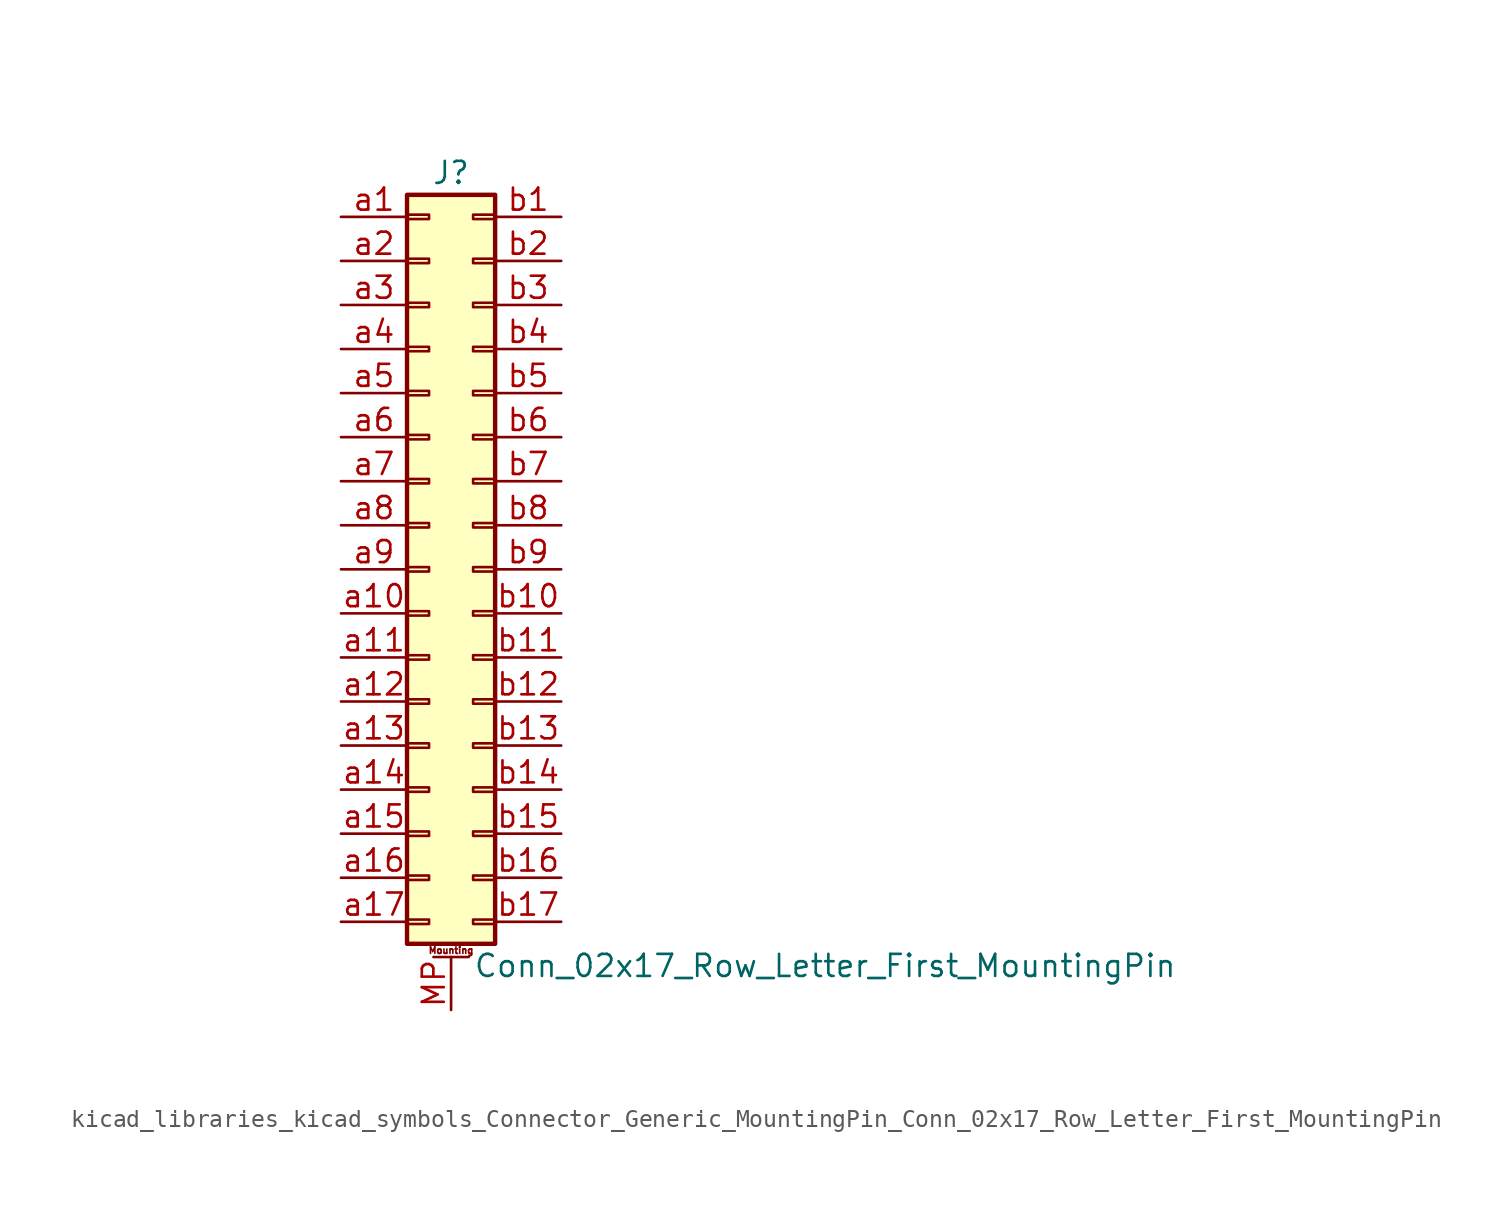
<source format=kicad_sym>
(kicad_symbol_lib
  (version 20220914)
  (generator kicad_symbol_editor)
  (symbol "kicad_libraries_kicad_symbols_Connector_Generic_MountingPin_Conn_02x17_Row_Letter_First_MountingPin"
    (pin_names
      (offset 1.016) hide)
    (property "Reference" "J"
      (at 1.27 22.86 0)
      (effects (font (size 1.27 1.27))))
    (property "Value" "Conn_02x17_Row_Letter_First_MountingPin"
      (at 2.54 -22.86 0)
      (effects (font (size 1.27 1.27)) (justify left)))
    (symbol "kicad_libraries_kicad_symbols_Connector_Generic_MountingPin_Conn_02x17_Row_Letter_First_MountingPin_1_1"
      (rectangle (start -1.27 -20.193) (end 0 -20.447) (stroke (width 0.152) (type default)) (fill (type none)))
      (rectangle (start -1.27 -17.653) (end 0 -17.907) (stroke (width 0.152) (type default)) (fill (type none)))
      (rectangle (start -1.27 -15.113) (end 0 -15.367) (stroke (width 0.152) (type default)) (fill (type none)))
      (rectangle (start -1.27 -12.573) (end 0 -12.827) (stroke (width 0.152) (type default)) (fill (type none)))
      (rectangle (start -1.27 -10.033) (end 0 -10.287) (stroke (width 0.152) (type default)) (fill (type none)))
      (rectangle (start -1.27 -7.493) (end 0 -7.747) (stroke (width 0.152) (type default)) (fill (type none)))
      (rectangle (start -1.27 -4.953) (end 0 -5.207) (stroke (width 0.152) (type default)) (fill (type none)))
      (rectangle (start -1.27 -2.413) (end 0 -2.667) (stroke (width 0.152) (type default)) (fill (type none)))
      (rectangle (start -1.27 0.127) (end 0 -0.127) (stroke (width 0.152) (type default)) (fill (type none)))
      (rectangle (start -1.27 2.667) (end 0 2.413) (stroke (width 0.152) (type default)) (fill (type none)))
      (rectangle (start -1.27 5.207) (end 0 4.953) (stroke (width 0.152) (type default)) (fill (type none)))
      (rectangle (start -1.27 7.747) (end 0 7.493) (stroke (width 0.152) (type default)) (fill (type none)))
      (rectangle (start -1.27 10.287) (end 0 10.033) (stroke (width 0.152) (type default)) (fill (type none)))
      (rectangle (start -1.27 12.827) (end 0 12.573) (stroke (width 0.152) (type default)) (fill (type none)))
      (rectangle (start -1.27 15.367) (end 0 15.113) (stroke (width 0.152) (type default)) (fill (type none)))
      (rectangle (start -1.27 17.907) (end 0 17.653) (stroke (width 0.152) (type default)) (fill (type none)))
      (rectangle (start -1.27 20.447) (end 0 20.193) (stroke (width 0.152) (type default)) (fill (type none)))
      (rectangle (start -1.27 21.59) (end 3.81 -21.59) (stroke (width 0.254) (type default)) (fill (type background)))
      (polyline (pts (xy 0.254 -22.352) (xy 2.286 -22.352)) (stroke (width 0.152) (type default)) (fill (type none)))
      (rectangle (start 3.81 -20.193) (end 2.54 -20.447) (stroke (width 0.152) (type default)) (fill (type none)))
      (rectangle (start 3.81 -17.653) (end 2.54 -17.907) (stroke (width 0.152) (type default)) (fill (type none)))
      (rectangle (start 3.81 -15.113) (end 2.54 -15.367) (stroke (width 0.152) (type default)) (fill (type none)))
      (rectangle (start 3.81 -12.573) (end 2.54 -12.827) (stroke (width 0.152) (type default)) (fill (type none)))
      (rectangle (start 3.81 -10.033) (end 2.54 -10.287) (stroke (width 0.152) (type default)) (fill (type none)))
      (rectangle (start 3.81 -7.493) (end 2.54 -7.747) (stroke (width 0.152) (type default)) (fill (type none)))
      (rectangle (start 3.81 -4.953) (end 2.54 -5.207) (stroke (width 0.152) (type default)) (fill (type none)))
      (rectangle (start 3.81 -2.413) (end 2.54 -2.667) (stroke (width 0.152) (type default)) (fill (type none)))
      (rectangle (start 3.81 0.127) (end 2.54 -0.127) (stroke (width 0.152) (type default)) (fill (type none)))
      (rectangle (start 3.81 2.667) (end 2.54 2.413) (stroke (width 0.152) (type default)) (fill (type none)))
      (rectangle (start 3.81 5.207) (end 2.54 4.953) (stroke (width 0.152) (type default)) (fill (type none)))
      (rectangle (start 3.81 7.747) (end 2.54 7.493) (stroke (width 0.152) (type default)) (fill (type none)))
      (rectangle (start 3.81 10.287) (end 2.54 10.033) (stroke (width 0.152) (type default)) (fill (type none)))
      (rectangle (start 3.81 12.827) (end 2.54 12.573) (stroke (width 0.152) (type default)) (fill (type none)))
      (rectangle (start 3.81 15.367) (end 2.54 15.113) (stroke (width 0.152) (type default)) (fill (type none)))
      (rectangle (start 3.81 17.907) (end 2.54 17.653) (stroke (width 0.152) (type default)) (fill (type none)))
      (rectangle (start 3.81 20.447) (end 2.54 20.193) (stroke (width 0.152) (type default)) (fill (type none)))
      (text "Mounting" (at 1.27 -21.971 0) (effects (font (size 0.381 0.381))))
      (pin passive line (at 1.27 -25.4 90) (length 3.048) (name "MountPin" (effects (font (size 1.27 1.27)))) (number "MP" (effects (font (size 1.27 1.27)))))
      (pin passive line (at -5.08 20.32 0) (length 3.81) (name "Pin_a1" (effects (font (size 1.27 1.27)))) (number "a1" (effects (font (size 1.27 1.27)))))
      (pin passive line (at -5.08 -2.54 0) (length 3.81) (name "Pin_a10" (effects (font (size 1.27 1.27)))) (number "a10" (effects (font (size 1.27 1.27)))))
      (pin passive line (at -5.08 -5.08 0) (length 3.81) (name "Pin_a11" (effects (font (size 1.27 1.27)))) (number "a11" (effects (font (size 1.27 1.27)))))
      (pin passive line (at -5.08 -7.62 0) (length 3.81) (name "Pin_a12" (effects (font (size 1.27 1.27)))) (number "a12" (effects (font (size 1.27 1.27)))))
      (pin passive line (at -5.08 -10.16 0) (length 3.81) (name "Pin_a13" (effects (font (size 1.27 1.27)))) (number "a13" (effects (font (size 1.27 1.27)))))
      (pin passive line (at -5.08 -12.7 0) (length 3.81) (name "Pin_a14" (effects (font (size 1.27 1.27)))) (number "a14" (effects (font (size 1.27 1.27)))))
      (pin passive line (at -5.08 -15.24 0) (length 3.81) (name "Pin_a15" (effects (font (size 1.27 1.27)))) (number "a15" (effects (font (size 1.27 1.27)))))
      (pin passive line (at -5.08 -17.78 0) (length 3.81) (name "Pin_a16" (effects (font (size 1.27 1.27)))) (number "a16" (effects (font (size 1.27 1.27)))))
      (pin passive line (at -5.08 -20.32 0) (length 3.81) (name "Pin_a17" (effects (font (size 1.27 1.27)))) (number "a17" (effects (font (size 1.27 1.27)))))
      (pin passive line (at -5.08 17.78 0) (length 3.81) (name "Pin_a2" (effects (font (size 1.27 1.27)))) (number "a2" (effects (font (size 1.27 1.27)))))
      (pin passive line (at -5.08 15.24 0) (length 3.81) (name "Pin_a3" (effects (font (size 1.27 1.27)))) (number "a3" (effects (font (size 1.27 1.27)))))
      (pin passive line (at -5.08 12.7 0) (length 3.81) (name "Pin_a4" (effects (font (size 1.27 1.27)))) (number "a4" (effects (font (size 1.27 1.27)))))
      (pin passive line (at -5.08 10.16 0) (length 3.81) (name "Pin_a5" (effects (font (size 1.27 1.27)))) (number "a5" (effects (font (size 1.27 1.27)))))
      (pin passive line (at -5.08 7.62 0) (length 3.81) (name "Pin_a6" (effects (font (size 1.27 1.27)))) (number "a6" (effects (font (size 1.27 1.27)))))
      (pin passive line (at -5.08 5.08 0) (length 3.81) (name "Pin_a7" (effects (font (size 1.27 1.27)))) (number "a7" (effects (font (size 1.27 1.27)))))
      (pin passive line (at -5.08 2.54 0) (length 3.81) (name "Pin_a8" (effects (font (size 1.27 1.27)))) (number "a8" (effects (font (size 1.27 1.27)))))
      (pin passive line (at -5.08 0 0) (length 3.81) (name "Pin_a9" (effects (font (size 1.27 1.27)))) (number "a9" (effects (font (size 1.27 1.27)))))
      (pin passive line (at 7.62 20.32 180) (length 3.81) (name "Pin_b1" (effects (font (size 1.27 1.27)))) (number "b1" (effects (font (size 1.27 1.27)))))
      (pin passive line (at 7.62 -2.54 180) (length 3.81) (name "Pin_b10" (effects (font (size 1.27 1.27)))) (number "b10" (effects (font (size 1.27 1.27)))))
      (pin passive line (at 7.62 -5.08 180) (length 3.81) (name "Pin_b11" (effects (font (size 1.27 1.27)))) (number "b11" (effects (font (size 1.27 1.27)))))
      (pin passive line (at 7.62 -7.62 180) (length 3.81) (name "Pin_b12" (effects (font (size 1.27 1.27)))) (number "b12" (effects (font (size 1.27 1.27)))))
      (pin passive line (at 7.62 -10.16 180) (length 3.81) (name "Pin_b13" (effects (font (size 1.27 1.27)))) (number "b13" (effects (font (size 1.27 1.27)))))
      (pin passive line (at 7.62 -12.7 180) (length 3.81) (name "Pin_b14" (effects (font (size 1.27 1.27)))) (number "b14" (effects (font (size 1.27 1.27)))))
      (pin passive line (at 7.62 -15.24 180) (length 3.81) (name "Pin_b15" (effects (font (size 1.27 1.27)))) (number "b15" (effects (font (size 1.27 1.27)))))
      (pin passive line (at 7.62 -17.78 180) (length 3.81) (name "Pin_b16" (effects (font (size 1.27 1.27)))) (number "b16" (effects (font (size 1.27 1.27)))))
      (pin passive line (at 7.62 -20.32 180) (length 3.81) (name "Pin_b17" (effects (font (size 1.27 1.27)))) (number "b17" (effects (font (size 1.27 1.27)))))
      (pin passive line (at 7.62 17.78 180) (length 3.81) (name "Pin_b2" (effects (font (size 1.27 1.27)))) (number "b2" (effects (font (size 1.27 1.27)))))
      (pin passive line (at 7.62 15.24 180) (length 3.81) (name "Pin_b3" (effects (font (size 1.27 1.27)))) (number "b3" (effects (font (size 1.27 1.27)))))
      (pin passive line (at 7.62 12.7 180) (length 3.81) (name "Pin_b4" (effects (font (size 1.27 1.27)))) (number "b4" (effects (font (size 1.27 1.27)))))
      (pin passive line (at 7.62 10.16 180) (length 3.81) (name "Pin_b5" (effects (font (size 1.27 1.27)))) (number "b5" (effects (font (size 1.27 1.27)))))
      (pin passive line (at 7.62 7.62 180) (length 3.81) (name "Pin_b6" (effects (font (size 1.27 1.27)))) (number "b6" (effects (font (size 1.27 1.27)))))
      (pin passive line (at 7.62 5.08 180) (length 3.81) (name "Pin_b7" (effects (font (size 1.27 1.27)))) (number "b7" (effects (font (size 1.27 1.27)))))
      (pin passive line (at 7.62 2.54 180) (length 3.81) (name "Pin_b8" (effects (font (size 1.27 1.27)))) (number "b8" (effects (font (size 1.27 1.27)))))
      (pin passive line (at 7.62 0 180) (length 3.81) (name "Pin_b9" (effects (font (size 1.27 1.27)))) (number "b9" (effects (font (size 1.27 1.27))))))))
</source>
